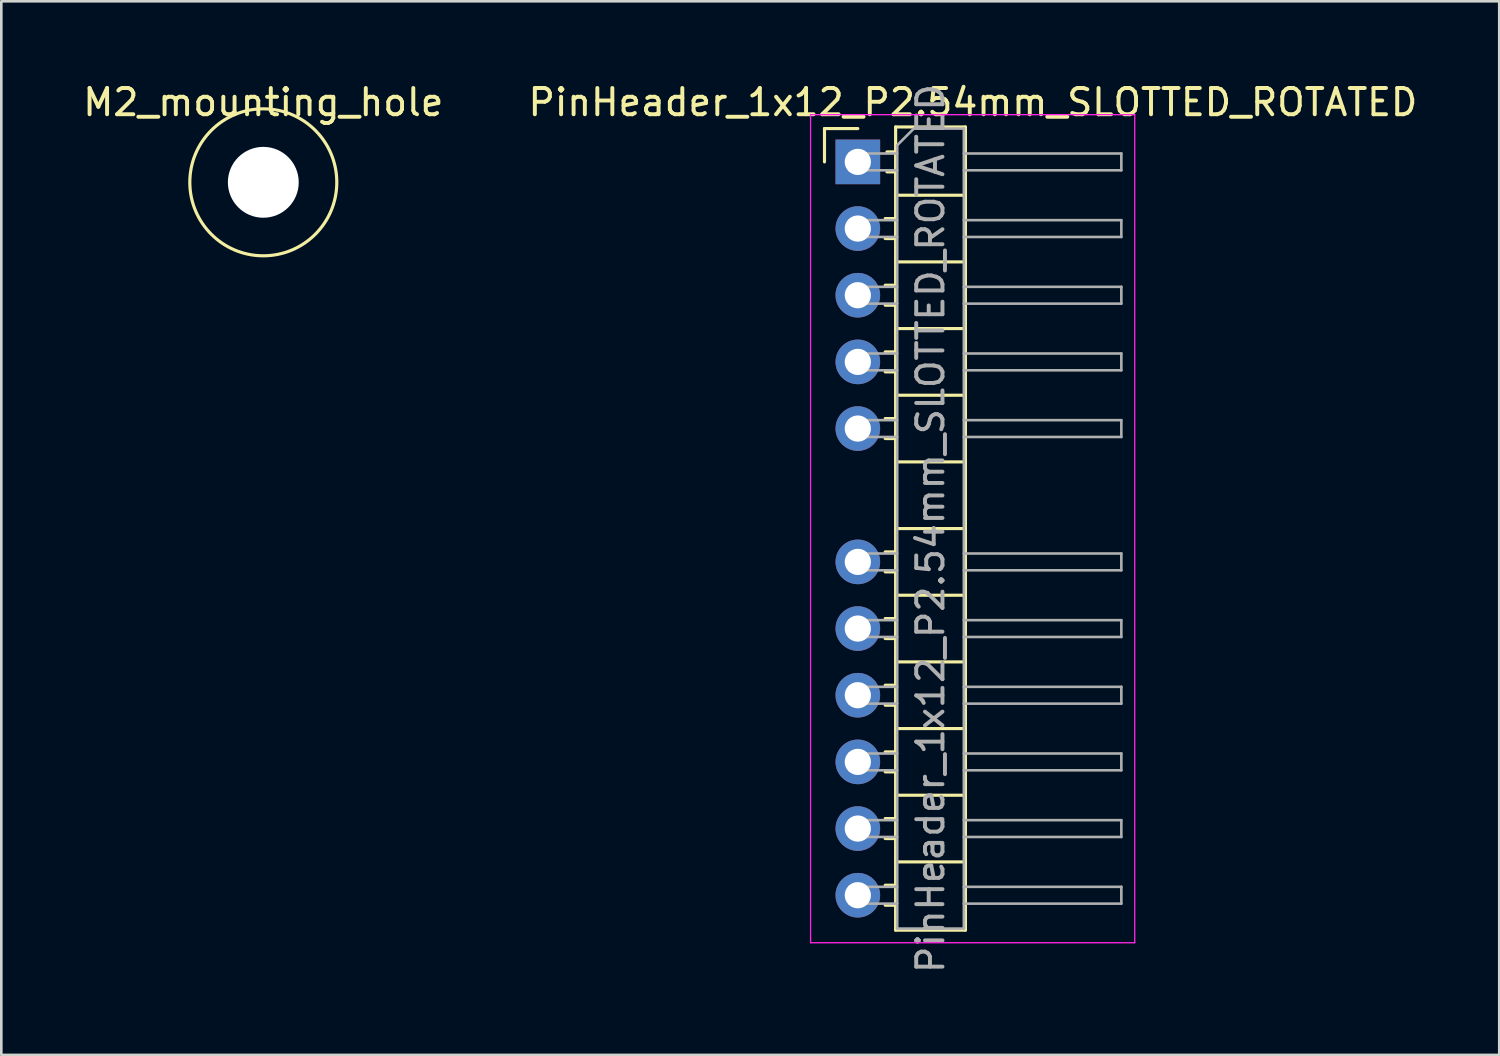
<source format=kicad_pcb>
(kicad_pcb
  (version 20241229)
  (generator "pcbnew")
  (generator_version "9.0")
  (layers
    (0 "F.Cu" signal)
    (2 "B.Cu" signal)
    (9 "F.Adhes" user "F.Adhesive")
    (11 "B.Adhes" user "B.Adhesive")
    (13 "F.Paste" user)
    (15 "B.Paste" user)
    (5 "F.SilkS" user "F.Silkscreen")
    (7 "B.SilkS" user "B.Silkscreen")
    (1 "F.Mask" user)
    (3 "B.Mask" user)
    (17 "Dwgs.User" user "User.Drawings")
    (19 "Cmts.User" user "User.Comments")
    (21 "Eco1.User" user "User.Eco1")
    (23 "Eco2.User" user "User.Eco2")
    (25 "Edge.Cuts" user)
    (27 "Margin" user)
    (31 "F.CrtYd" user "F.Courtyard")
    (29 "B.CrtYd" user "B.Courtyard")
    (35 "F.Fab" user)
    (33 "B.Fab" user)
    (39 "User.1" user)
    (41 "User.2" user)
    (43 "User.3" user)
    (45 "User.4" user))
  (footprint "M2_mounting_hole"
    (layer "F.Cu")
    (at 6.982 3.896)
    (property "Reference" "M2_mounting_hole" (at 0 -3.048 0) (layer "F.SilkS") (effects (font (size 1 1) (thickness 0.15))))
    (attr through_hole)
    (fp_circle (center 0 0) (end 0.65 0) (stroke (width 0.15) (type solid)) (fill no) (layer "F.Mask"))
    (fp_circle (center 0 0) (end 0.65 0) (stroke (width 0.15) (type solid)) (fill no) (layer "B.Mask"))
    (fp_circle (center 0 0) (end 2.8 0) (stroke (width 0.12) (type solid)) (fill no) (layer "F.SilkS"))
    (pad "" np_thru_hole circle (at 0 0) (size 2.7 2.7) (drill 2.7) (layers "*.Cu" "*.Mask"))
    (pad "" smd circle (at 0 0) (size 4.5 4.5) (layers "*.Mask")))
  (footprint "PinHeader_1x12_P2.54mm_SLOTTED_ROTATED"
    (layer "F.Cu")
    (at 29.633 3.118)
    (property "Reference" "PinHeader_1x12_P2.54mm_SLOTTED_ROTATED" (at 4.385 -2.27 0) (layer "F.SilkS") (effects (font (size 1 1) (thickness 0.15))))
    (attr through_hole)
    (fp_line (start -1.27 -1.27) (end 0 -1.27) (stroke (width 0.12) (type solid)) (layer "F.SilkS"))
    (fp_line (start -1.27 0) (end -1.27 -1.27) (stroke (width 0.12) (type solid)) (layer "F.SilkS"))
    (fp_line (start 1.043 2.16) (end 1.44 2.16) (stroke (width 0.12) (type solid)) (layer "F.SilkS"))
    (fp_line (start 1.043 2.92) (end 1.44 2.92) (stroke (width 0.12) (type solid)) (layer "F.SilkS"))
    (fp_line (start 1.043 4.7) (end 1.44 4.7) (stroke (width 0.12) (type solid)) (layer "F.SilkS"))
    (fp_line (start 1.043 5.46) (end 1.44 5.46) (stroke (width 0.12) (type solid)) (layer "F.SilkS"))
    (fp_line (start 1.043 7.24) (end 1.44 7.24) (stroke (width 0.12) (type solid)) (layer "F.SilkS"))
    (fp_line (start 1.043 8) (end 1.44 8) (stroke (width 0.12) (type solid)) (layer "F.SilkS"))
    (fp_line (start 1.043 9.78) (end 1.44 9.78) (stroke (width 0.12) (type solid)) (layer "F.SilkS"))
    (fp_line (start 1.043 10.54) (end 1.44 10.54) (stroke (width 0.12) (type solid)) (layer "F.SilkS"))
    (fp_line (start 1.043 14.86) (end 1.44 14.86) (stroke (width 0.12) (type solid)) (layer "F.SilkS"))
    (fp_line (start 1.043 15.62) (end 1.44 15.62) (stroke (width 0.12) (type solid)) (layer "F.SilkS"))
    (fp_line (start 1.043 17.4) (end 1.44 17.4) (stroke (width 0.12) (type solid)) (layer "F.SilkS"))
    (fp_line (start 1.043 18.16) (end 1.44 18.16) (stroke (width 0.12) (type solid)) (layer "F.SilkS"))
    (fp_line (start 1.043 19.94) (end 1.44 19.94) (stroke (width 0.12) (type solid)) (layer "F.SilkS"))
    (fp_line (start 1.043 20.7) (end 1.44 20.7) (stroke (width 0.12) (type solid)) (layer "F.SilkS"))
    (fp_line (start 1.043 22.48) (end 1.44 22.48) (stroke (width 0.12) (type solid)) (layer "F.SilkS"))
    (fp_line (start 1.043 23.24) (end 1.44 23.24) (stroke (width 0.12) (type solid)) (layer "F.SilkS"))
    (fp_line (start 1.043 25.02) (end 1.44 25.02) (stroke (width 0.12) (type solid)) (layer "F.SilkS"))
    (fp_line (start 1.043 25.78) (end 1.44 25.78) (stroke (width 0.12) (type solid)) (layer "F.SilkS"))
    (fp_line (start 1.043 27.56) (end 1.44 27.56) (stroke (width 0.12) (type solid)) (layer "F.SilkS"))
    (fp_line (start 1.043 28.32) (end 1.44 28.32) (stroke (width 0.12) (type solid)) (layer "F.SilkS"))
    (fp_line (start 1.11 -0.38) (end 1.44 -0.38) (stroke (width 0.12) (type solid)) (layer "F.SilkS"))
    (fp_line (start 1.11 0.38) (end 1.44 0.38) (stroke (width 0.12) (type solid)) (layer "F.SilkS"))
    (fp_line (start 1.44 -1.33) (end 1.44 29.27) (stroke (width 0.12) (type solid)) (layer "F.SilkS"))
    (fp_line (start 1.44 1.27) (end 4.1 1.27) (stroke (width 0.12) (type solid)) (layer "F.SilkS"))
    (fp_line (start 1.44 3.81) (end 4.1 3.81) (stroke (width 0.12) (type solid)) (layer "F.SilkS"))
    (fp_line (start 1.44 6.35) (end 4.1 6.35) (stroke (width 0.12) (type solid)) (layer "F.SilkS"))
    (fp_line (start 1.44 8.89) (end 4.1 8.89) (stroke (width 0.12) (type solid)) (layer "F.SilkS"))
    (fp_line (start 1.44 11.43) (end 4.1 11.43) (stroke (width 0.12) (type solid)) (layer "F.SilkS"))
    (fp_line (start 1.44 13.97) (end 4.1 13.97) (stroke (width 0.12) (type solid)) (layer "F.SilkS"))
    (fp_line (start 1.44 16.51) (end 4.1 16.51) (stroke (width 0.12) (type solid)) (layer "F.SilkS"))
    (fp_line (start 1.44 19.05) (end 4.1 19.05) (stroke (width 0.12) (type solid)) (layer "F.SilkS"))
    (fp_line (start 1.44 21.59) (end 4.1 21.59) (stroke (width 0.12) (type solid)) (layer "F.SilkS"))
    (fp_line (start 1.44 24.13) (end 4.1 24.13) (stroke (width 0.12) (type solid)) (layer "F.SilkS"))
    (fp_line (start 1.44 26.67) (end 4.1 26.67) (stroke (width 0.12) (type solid)) (layer "F.SilkS"))
    (fp_line (start 1.44 29.27) (end 4.1 29.27) (stroke (width 0.12) (type solid)) (layer "F.SilkS"))
    (fp_line (start 4.1 -1.33) (end 1.44 -1.33) (stroke (width 0.12) (type solid)) (layer "F.SilkS"))
    (fp_line (start 4.1 29.27) (end 4.1 -1.33) (stroke (width 0.12) (type solid)) (layer "F.SilkS"))
    (fp_line (start -1.8 -1.8) (end -1.8 29.75) (stroke (width 0.05) (type solid)) (layer "F.CrtYd"))
    (fp_line (start -1.8 29.75) (end 10.55 29.75) (stroke (width 0.05) (type solid)) (layer "F.CrtYd"))
    (fp_line (start 10.55 -1.8) (end -1.8 -1.8) (stroke (width 0.05) (type solid)) (layer "F.CrtYd"))
    (fp_line (start 10.55 29.75) (end 10.55 -1.8) (stroke (width 0.05) (type solid)) (layer "F.CrtYd"))
    (fp_line (start -0.32 -0.32) (end -0.32 0.32) (stroke (width 0.1) (type solid)) (layer "F.Fab"))
    (fp_line (start -0.32 -0.32) (end 1.5 -0.32) (stroke (width 0.1) (type solid)) (layer "F.Fab"))
    (fp_line (start -0.32 0.32) (end 1.5 0.32) (stroke (width 0.1) (type solid)) (layer "F.Fab"))
    (fp_line (start -0.32 2.22) (end -0.32 2.86) (stroke (width 0.1) (type solid)) (layer "F.Fab"))
    (fp_line (start -0.32 2.22) (end 1.5 2.22) (stroke (width 0.1) (type solid)) (layer "F.Fab"))
    (fp_line (start -0.32 2.86) (end 1.5 2.86) (stroke (width 0.1) (type solid)) (layer "F.Fab"))
    (fp_line (start -0.32 4.76) (end -0.32 5.4) (stroke (width 0.1) (type solid)) (layer "F.Fab"))
    (fp_line (start -0.32 4.76) (end 1.5 4.76) (stroke (width 0.1) (type solid)) (layer "F.Fab"))
    (fp_line (start -0.32 5.4) (end 1.5 5.4) (stroke (width 0.1) (type solid)) (layer "F.Fab"))
    (fp_line (start -0.32 7.3) (end -0.32 7.94) (stroke (width 0.1) (type solid)) (layer "F.Fab"))
    (fp_line (start -0.32 7.3) (end 1.5 7.3) (stroke (width 0.1) (type solid)) (layer "F.Fab"))
    (fp_line (start -0.32 7.94) (end 1.5 7.94) (stroke (width 0.1) (type solid)) (layer "F.Fab"))
    (fp_line (start -0.32 9.84) (end -0.32 10.48) (stroke (width 0.1) (type solid)) (layer "F.Fab"))
    (fp_line (start -0.32 9.84) (end 1.5 9.84) (stroke (width 0.1) (type solid)) (layer "F.Fab"))
    (fp_line (start -0.32 10.48) (end 1.5 10.48) (stroke (width 0.1) (type solid)) (layer "F.Fab"))
    (fp_line (start -0.32 14.92) (end -0.32 15.56) (stroke (width 0.1) (type solid)) (layer "F.Fab"))
    (fp_line (start -0.32 14.92) (end 1.5 14.92) (stroke (width 0.1) (type solid)) (layer "F.Fab"))
    (fp_line (start -0.32 15.56) (end 1.5 15.56) (stroke (width 0.1) (type solid)) (layer "F.Fab"))
    (fp_line (start -0.32 17.46) (end -0.32 18.1) (stroke (width 0.1) (type solid)) (layer "F.Fab"))
    (fp_line (start -0.32 17.46) (end 1.5 17.46) (stroke (width 0.1) (type solid)) (layer "F.Fab"))
    (fp_line (start -0.32 18.1) (end 1.5 18.1) (stroke (width 0.1) (type solid)) (layer "F.Fab"))
    (fp_line (start -0.32 20) (end -0.32 20.64) (stroke (width 0.1) (type solid)) (layer "F.Fab"))
    (fp_line (start -0.32 20) (end 1.5 20) (stroke (width 0.1) (type solid)) (layer "F.Fab"))
    (fp_line (start -0.32 20.64) (end 1.5 20.64) (stroke (width 0.1) (type solid)) (layer "F.Fab"))
    (fp_line (start -0.32 22.54) (end -0.32 23.18) (stroke (width 0.1) (type solid)) (layer "F.Fab"))
    (fp_line (start -0.32 22.54) (end 1.5 22.54) (stroke (width 0.1) (type solid)) (layer "F.Fab"))
    (fp_line (start -0.32 23.18) (end 1.5 23.18) (stroke (width 0.1) (type solid)) (layer "F.Fab"))
    (fp_line (start -0.32 25.08) (end -0.32 25.72) (stroke (width 0.1) (type solid)) (layer "F.Fab"))
    (fp_line (start -0.32 25.08) (end 1.5 25.08) (stroke (width 0.1) (type solid)) (layer "F.Fab"))
    (fp_line (start -0.32 25.72) (end 1.5 25.72) (stroke (width 0.1) (type solid)) (layer "F.Fab"))
    (fp_line (start -0.32 27.62) (end -0.32 28.26) (stroke (width 0.1) (type solid)) (layer "F.Fab"))
    (fp_line (start -0.32 27.62) (end 1.5 27.62) (stroke (width 0.1) (type solid)) (layer "F.Fab"))
    (fp_line (start -0.32 28.26) (end 1.5 28.26) (stroke (width 0.1) (type solid)) (layer "F.Fab"))
    (fp_line (start 1.5 -0.635) (end 2.135 -1.27) (stroke (width 0.1) (type solid)) (layer "F.Fab"))
    (fp_line (start 1.5 29.21) (end 1.5 -0.635) (stroke (width 0.1) (type solid)) (layer "F.Fab"))
    (fp_line (start 2.135 -1.27) (end 4.04 -1.27) (stroke (width 0.1) (type solid)) (layer "F.Fab"))
    (fp_line (start 4.04 -1.27) (end 4.04 29.21) (stroke (width 0.1) (type solid)) (layer "F.Fab"))
    (fp_line (start 4.04 -0.32) (end 10.04 -0.32) (stroke (width 0.1) (type solid)) (layer "F.Fab"))
    (fp_line (start 4.04 0.32) (end 10.04 0.32) (stroke (width 0.1) (type solid)) (layer "F.Fab"))
    (fp_line (start 4.04 2.22) (end 10.04 2.22) (stroke (width 0.1) (type solid)) (layer "F.Fab"))
    (fp_line (start 4.04 2.86) (end 10.04 2.86) (stroke (width 0.1) (type solid)) (layer "F.Fab"))
    (fp_line (start 4.04 4.76) (end 10.04 4.76) (stroke (width 0.1) (type solid)) (layer "F.Fab"))
    (fp_line (start 4.04 5.4) (end 10.04 5.4) (stroke (width 0.1) (type solid)) (layer "F.Fab"))
    (fp_line (start 4.04 7.3) (end 10.04 7.3) (stroke (width 0.1) (type solid)) (layer "F.Fab"))
    (fp_line (start 4.04 7.94) (end 10.04 7.94) (stroke (width 0.1) (type solid)) (layer "F.Fab"))
    (fp_line (start 4.04 9.84) (end 10.04 9.84) (stroke (width 0.1) (type solid)) (layer "F.Fab"))
    (fp_line (start 4.04 10.48) (end 10.04 10.48) (stroke (width 0.1) (type solid)) (layer "F.Fab"))
    (fp_line (start 4.04 14.92) (end 10.04 14.92) (stroke (width 0.1) (type solid)) (layer "F.Fab"))
    (fp_line (start 4.04 15.56) (end 10.04 15.56) (stroke (width 0.1) (type solid)) (layer "F.Fab"))
    (fp_line (start 4.04 17.46) (end 10.04 17.46) (stroke (width 0.1) (type solid)) (layer "F.Fab"))
    (fp_line (start 4.04 18.1) (end 10.04 18.1) (stroke (width 0.1) (type solid)) (layer "F.Fab"))
    (fp_line (start 4.04 20) (end 10.04 20) (stroke (width 0.1) (type solid)) (layer "F.Fab"))
    (fp_line (start 4.04 20.64) (end 10.04 20.64) (stroke (width 0.1) (type solid)) (layer "F.Fab"))
    (fp_line (start 4.04 22.54) (end 10.04 22.54) (stroke (width 0.1) (type solid)) (layer "F.Fab"))
    (fp_line (start 4.04 23.18) (end 10.04 23.18) (stroke (width 0.1) (type solid)) (layer "F.Fab"))
    (fp_line (start 4.04 25.08) (end 10.04 25.08) (stroke (width 0.1) (type solid)) (layer "F.Fab"))
    (fp_line (start 4.04 25.72) (end 10.04 25.72) (stroke (width 0.1) (type solid)) (layer "F.Fab"))
    (fp_line (start 4.04 27.62) (end 10.04 27.62) (stroke (width 0.1) (type solid)) (layer "F.Fab"))
    (fp_line (start 4.04 28.26) (end 10.04 28.26) (stroke (width 0.1) (type solid)) (layer "F.Fab"))
    (fp_line (start 4.04 29.21) (end 1.5 29.21) (stroke (width 0.1) (type solid)) (layer "F.Fab"))
    (fp_line (start 10.04 -0.32) (end 10.04 0.32) (stroke (width 0.1) (type solid)) (layer "F.Fab"))
    (fp_line (start 10.04 2.22) (end 10.04 2.86) (stroke (width 0.1) (type solid)) (layer "F.Fab"))
    (fp_line (start 10.04 4.76) (end 10.04 5.4) (stroke (width 0.1) (type solid)) (layer "F.Fab"))
    (fp_line (start 10.04 7.3) (end 10.04 7.94) (stroke (width 0.1) (type solid)) (layer "F.Fab"))
    (fp_line (start 10.04 9.84) (end 10.04 10.48) (stroke (width 0.1) (type solid)) (layer "F.Fab"))
    (fp_line (start 10.04 14.92) (end 10.04 15.56) (stroke (width 0.1) (type solid)) (layer "F.Fab"))
    (fp_line (start 10.04 17.46) (end 10.04 18.1) (stroke (width 0.1) (type solid)) (layer "F.Fab"))
    (fp_line (start 10.04 20) (end 10.04 20.64) (stroke (width 0.1) (type solid)) (layer "F.Fab"))
    (fp_line (start 10.04 22.54) (end 10.04 23.18) (stroke (width 0.1) (type solid)) (layer "F.Fab"))
    (fp_line (start 10.04 25.08) (end 10.04 25.72) (stroke (width 0.1) (type solid)) (layer "F.Fab"))
    (fp_line (start 10.04 27.62) (end 10.04 28.26) (stroke (width 0.1) (type solid)) (layer "F.Fab"))
    (fp_text user "${REFERENCE}" (at 2.77 13.97 90) (layer "F.Fab") (effects (font (size 1 1) (thickness 0.15))))
    (pad "1" thru_hole oval (at 0 27.94) (size 1.7 1.7) (drill 1) (layers "*.Cu" "*.Mask"))
    (pad "2" thru_hole oval (at 0 25.4) (size 1.7 1.7) (drill 1) (layers "*.Cu" "*.Mask"))
    (pad "3" thru_hole oval (at 0 22.86) (size 1.7 1.7) (drill 1) (layers "*.Cu" "*.Mask"))
    (pad "4" thru_hole oval (at 0 20.32) (size 1.7 1.7) (drill 1) (layers "*.Cu" "*.Mask"))
    (pad "5" thru_hole oval (at 0 17.78) (size 1.7 1.7) (drill 1) (layers "*.Cu" "*.Mask"))
    (pad "6" thru_hole oval (at 0 15.24) (size 1.7 1.7) (drill 1) (layers "*.Cu" "*.Mask"))
    (pad "8" thru_hole oval (at 0 10.16) (size 1.7 1.7) (drill 1) (layers "*.Cu" "*.Mask"))
    (pad "9" thru_hole oval (at 0 7.62) (size 1.7 1.7) (drill 1) (layers "*.Cu" "*.Mask"))
    (pad "10" thru_hole oval (at 0 5.08) (size 1.7 1.7) (drill 1) (layers "*.Cu" "*.Mask"))
    (pad "11" thru_hole oval (at 0 2.54) (size 1.7 1.7) (drill 1) (layers "*.Cu" "*.Mask"))
    (pad "12" thru_hole rect (at 0 0) (size 1.7 1.7) (drill 1) (layers "*.Cu" "*.Mask")))
  (gr_rect
    (start -3 -3)
    (end 54.071 37.142)
    (stroke (width 0.1) (type default))
    (fill no)
    (layer "Edge.Cuts")))
</source>
